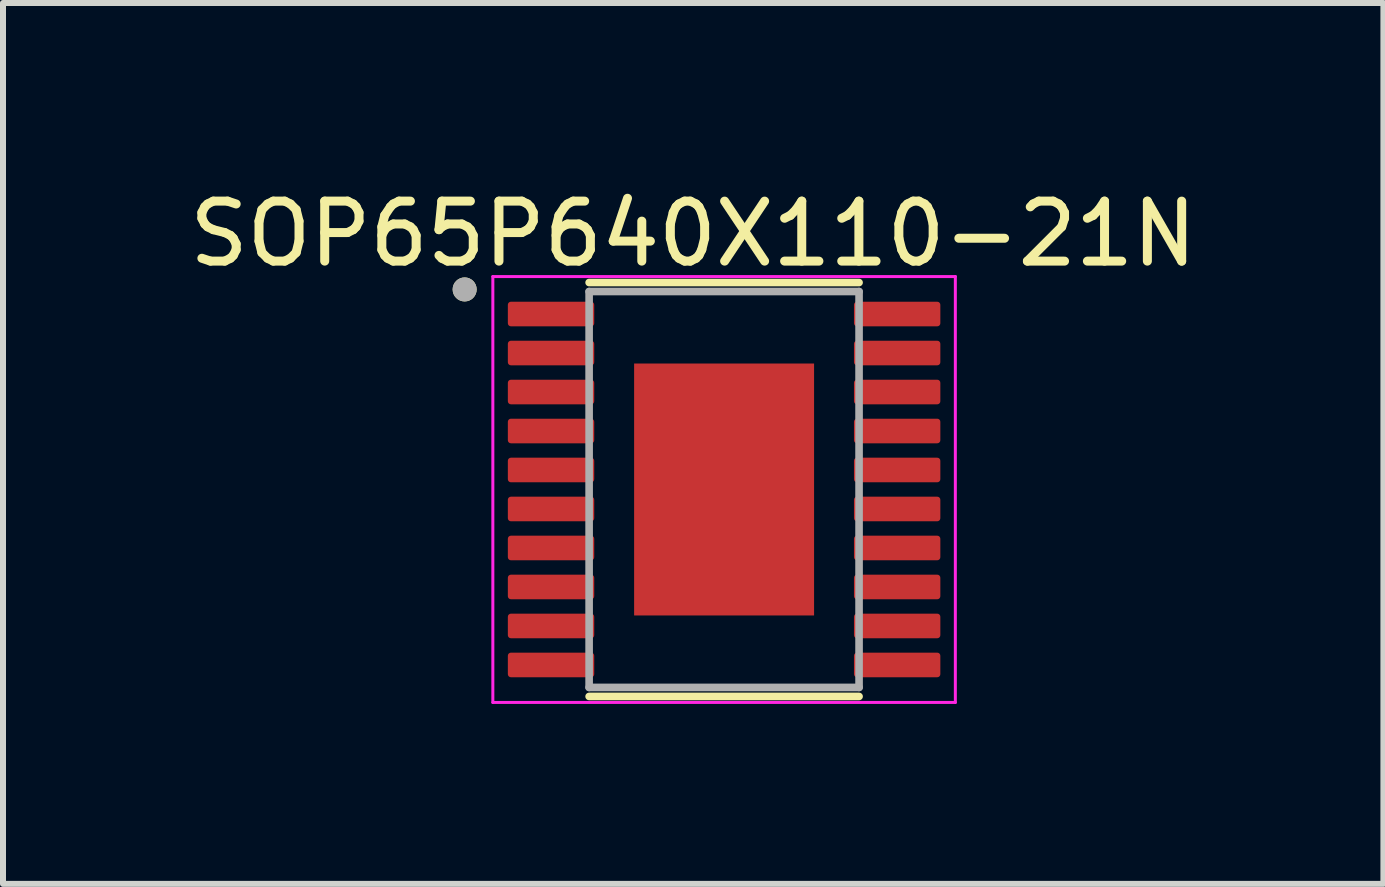
<source format=kicad_pcb>
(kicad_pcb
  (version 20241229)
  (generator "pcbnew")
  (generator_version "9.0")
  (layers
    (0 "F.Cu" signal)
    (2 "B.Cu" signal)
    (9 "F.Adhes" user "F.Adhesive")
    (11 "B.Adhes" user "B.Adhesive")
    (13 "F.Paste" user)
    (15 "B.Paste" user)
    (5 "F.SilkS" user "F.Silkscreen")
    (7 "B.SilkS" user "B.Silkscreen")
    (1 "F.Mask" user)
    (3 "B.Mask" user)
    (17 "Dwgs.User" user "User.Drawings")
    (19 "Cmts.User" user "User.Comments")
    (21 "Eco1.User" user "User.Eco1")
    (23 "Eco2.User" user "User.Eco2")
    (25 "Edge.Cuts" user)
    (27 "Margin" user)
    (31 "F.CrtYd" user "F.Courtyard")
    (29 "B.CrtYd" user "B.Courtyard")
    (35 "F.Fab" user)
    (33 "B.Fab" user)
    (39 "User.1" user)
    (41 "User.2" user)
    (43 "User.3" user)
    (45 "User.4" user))
  (footprint "SOP65P640X110-21N"
    (layer "F.Cu")
    (at 9.021 5.11)
    (property "Reference" "SOP65P640X110-21N" (at -0.515 -4.262 0) (layer "F.SilkS") (effects (font (size 1 1) (thickness 0.15))))
    (attr smd)
    (fp_line (start -2.25 -3.45) (end 2.25 -3.45) (stroke (width 0.127) (type solid)) (layer "F.SilkS"))
    (fp_line (start -2.25 3.45) (end 2.25 3.45) (stroke (width 0.127) (type solid)) (layer "F.SilkS"))
    (fp_circle (center -4.325 -3.335) (end -4.225 -3.335) (stroke (width 0.2) (type solid)) (fill no) (layer "F.SilkS"))
    (fp_poly (pts (xy -0.75 -1.05) (xy 0.75 -1.05) (xy 0.75 1.05) (xy -0.75 1.05)) (stroke (width 0.01) (type solid)) (fill yes) (layer "F.Paste"))
    (fp_line (start -3.855 -3.55) (end -3.855 3.55) (stroke (width 0.05) (type solid)) (layer "F.CrtYd"))
    (fp_line (start -3.855 -3.55) (end 3.855 -3.55) (stroke (width 0.05) (type solid)) (layer "F.CrtYd"))
    (fp_line (start -3.855 3.55) (end 3.855 3.55) (stroke (width 0.05) (type solid)) (layer "F.CrtYd"))
    (fp_line (start 3.855 -3.55) (end 3.855 3.55) (stroke (width 0.05) (type solid)) (layer "F.CrtYd"))
    (fp_line (start -2.25 -3.3) (end -2.25 3.3) (stroke (width 0.127) (type solid)) (layer "F.Fab"))
    (fp_line (start -2.25 -3.3) (end 2.25 -3.3) (stroke (width 0.127) (type solid)) (layer "F.Fab"))
    (fp_line (start -2.25 3.3) (end 2.25 3.3) (stroke (width 0.127) (type solid)) (layer "F.Fab"))
    (fp_line (start 2.25 -3.3) (end 2.25 3.3) (stroke (width 0.127) (type solid)) (layer "F.Fab"))
    (fp_circle (center -4.325 -3.335) (end -4.225 -3.335) (stroke (width 0.2) (type solid)) (fill no) (layer "F.Fab"))
    (pad "1" smd roundrect (at -2.885 -2.925) (size 1.44 0.41) (layers "F.Cu" "F.Mask" "F.Paste") (roundrect_rratio 0.125))
    (pad "2" smd roundrect (at -2.885 -2.275) (size 1.44 0.41) (layers "F.Cu" "F.Mask" "F.Paste") (roundrect_rratio 0.125))
    (pad "3" smd roundrect (at -2.885 -1.625) (size 1.44 0.41) (layers "F.Cu" "F.Mask" "F.Paste") (roundrect_rratio 0.125))
    (pad "4" smd roundrect (at -2.885 -0.975) (size 1.44 0.41) (layers "F.Cu" "F.Mask" "F.Paste") (roundrect_rratio 0.125))
    (pad "5" smd roundrect (at -2.885 -0.325) (size 1.44 0.41) (layers "F.Cu" "F.Mask" "F.Paste") (roundrect_rratio 0.125))
    (pad "6" smd roundrect (at -2.885 0.325) (size 1.44 0.41) (layers "F.Cu" "F.Mask" "F.Paste") (roundrect_rratio 0.125))
    (pad "7" smd roundrect (at -2.885 0.975) (size 1.44 0.41) (layers "F.Cu" "F.Mask" "F.Paste") (roundrect_rratio 0.125))
    (pad "8" smd roundrect (at -2.885 1.625) (size 1.44 0.41) (layers "F.Cu" "F.Mask" "F.Paste") (roundrect_rratio 0.125))
    (pad "9" smd roundrect (at -2.885 2.275) (size 1.44 0.41) (layers "F.Cu" "F.Mask" "F.Paste") (roundrect_rratio 0.125))
    (pad "10" smd roundrect (at -2.885 2.925) (size 1.44 0.41) (layers "F.Cu" "F.Mask" "F.Paste") (roundrect_rratio 0.125))
    (pad "11" smd roundrect (at 2.885 2.925) (size 1.44 0.41) (layers "F.Cu" "F.Mask" "F.Paste") (roundrect_rratio 0.125))
    (pad "12" smd roundrect (at 2.885 2.275) (size 1.44 0.41) (layers "F.Cu" "F.Mask" "F.Paste") (roundrect_rratio 0.125))
    (pad "13" smd roundrect (at 2.885 1.625) (size 1.44 0.41) (layers "F.Cu" "F.Mask" "F.Paste") (roundrect_rratio 0.125))
    (pad "14" smd roundrect (at 2.885 0.975) (size 1.44 0.41) (layers "F.Cu" "F.Mask" "F.Paste") (roundrect_rratio 0.125))
    (pad "15" smd roundrect (at 2.885 0.325) (size 1.44 0.41) (layers "F.Cu" "F.Mask" "F.Paste") (roundrect_rratio 0.125))
    (pad "16" smd roundrect (at 2.885 -0.325) (size 1.44 0.41) (layers "F.Cu" "F.Mask" "F.Paste") (roundrect_rratio 0.125))
    (pad "17" smd roundrect (at 2.885 -0.975) (size 1.44 0.41) (layers "F.Cu" "F.Mask" "F.Paste") (roundrect_rratio 0.125))
    (pad "18" smd roundrect (at 2.885 -1.625) (size 1.44 0.41) (layers "F.Cu" "F.Mask" "F.Paste") (roundrect_rratio 0.125))
    (pad "19" smd roundrect (at 2.885 -2.275) (size 1.44 0.41) (layers "F.Cu" "F.Mask" "F.Paste") (roundrect_rratio 0.125))
    (pad "20" smd roundrect (at 2.885 -2.925) (size 1.44 0.41) (layers "F.Cu" "F.Mask" "F.Paste") (roundrect_rratio 0.125))
    (pad "21" smd rect (at 0 0) (size 3 4.2) (layers "F.Cu" "F.Mask")))
  (gr_rect
    (start -3 -3)
    (end 20.012 11.685)
    (stroke (width 0.1) (type default))
    (fill no)
    (layer "Edge.Cuts")))
</source>
